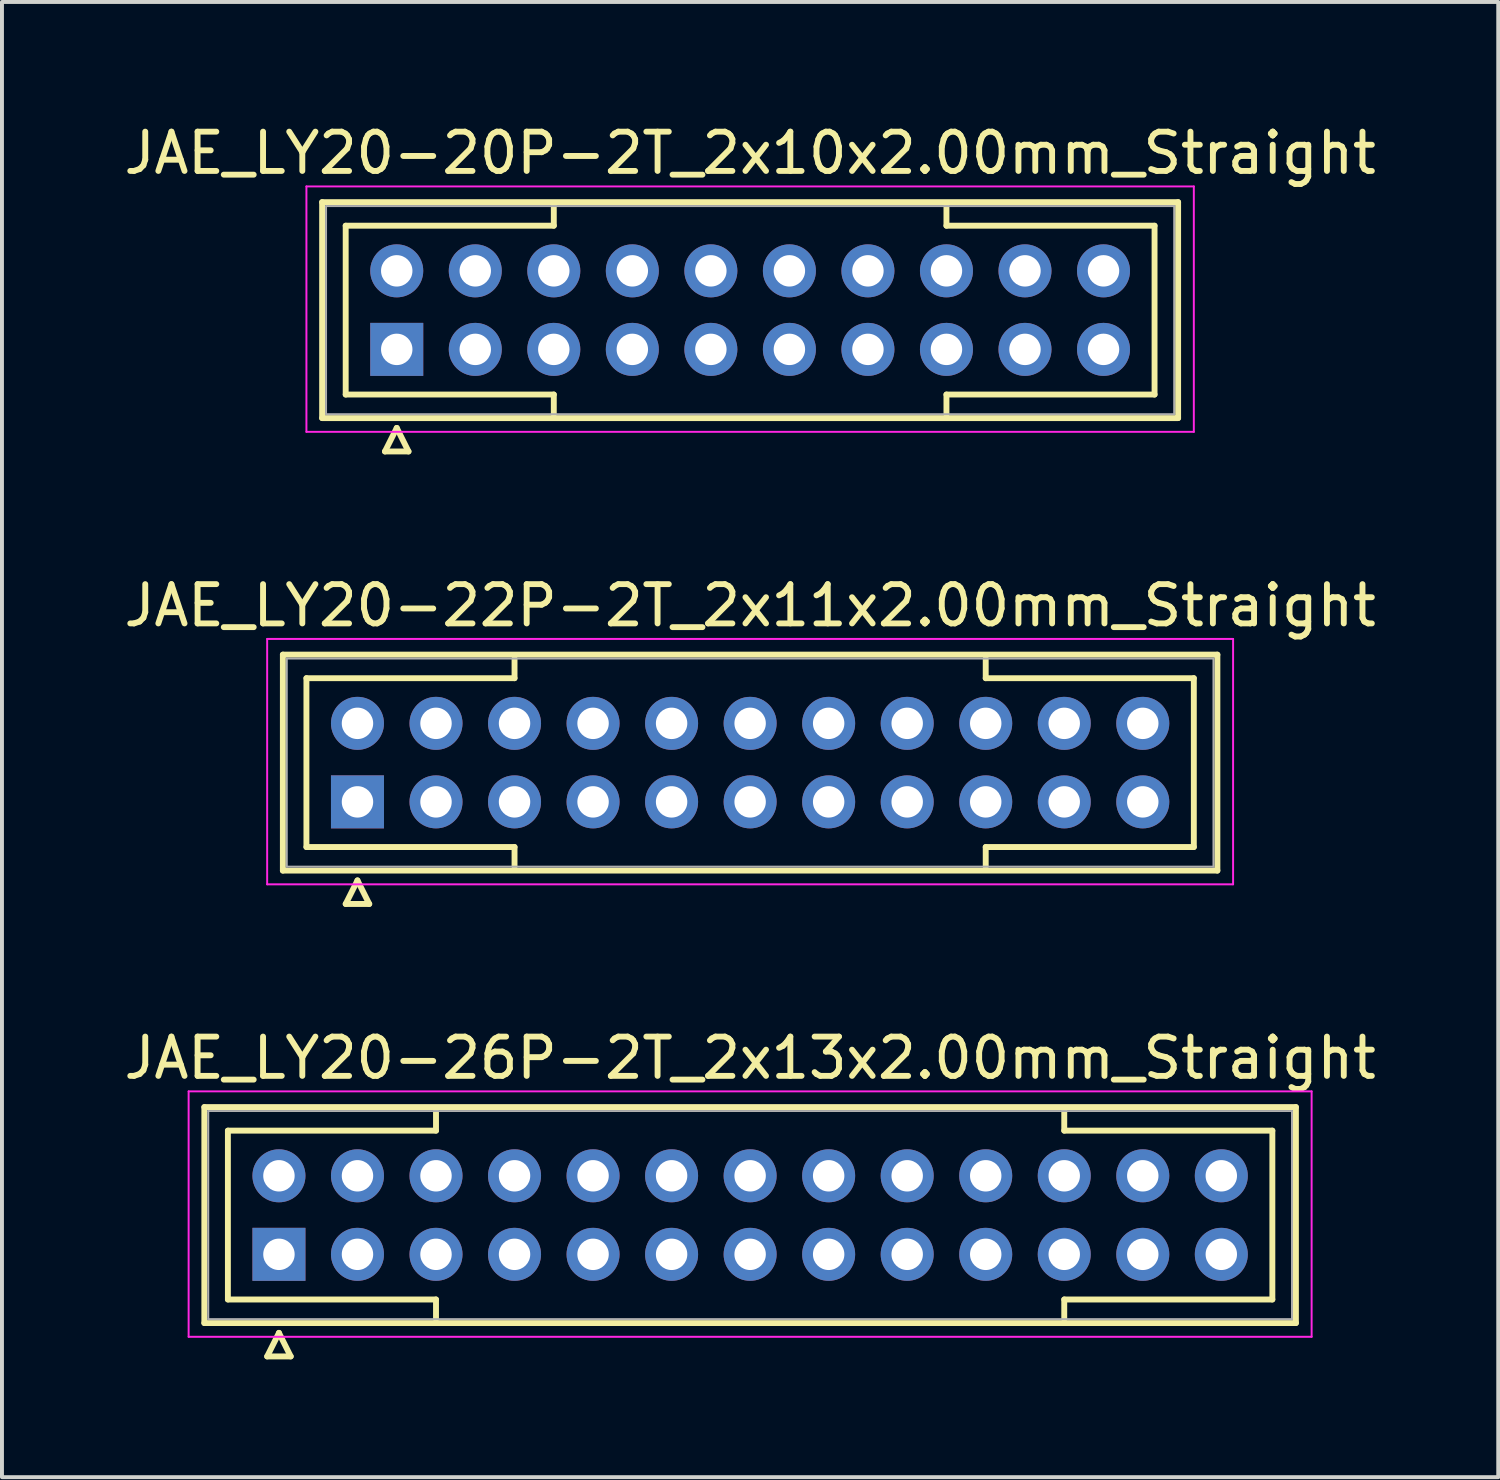
<source format=kicad_pcb>
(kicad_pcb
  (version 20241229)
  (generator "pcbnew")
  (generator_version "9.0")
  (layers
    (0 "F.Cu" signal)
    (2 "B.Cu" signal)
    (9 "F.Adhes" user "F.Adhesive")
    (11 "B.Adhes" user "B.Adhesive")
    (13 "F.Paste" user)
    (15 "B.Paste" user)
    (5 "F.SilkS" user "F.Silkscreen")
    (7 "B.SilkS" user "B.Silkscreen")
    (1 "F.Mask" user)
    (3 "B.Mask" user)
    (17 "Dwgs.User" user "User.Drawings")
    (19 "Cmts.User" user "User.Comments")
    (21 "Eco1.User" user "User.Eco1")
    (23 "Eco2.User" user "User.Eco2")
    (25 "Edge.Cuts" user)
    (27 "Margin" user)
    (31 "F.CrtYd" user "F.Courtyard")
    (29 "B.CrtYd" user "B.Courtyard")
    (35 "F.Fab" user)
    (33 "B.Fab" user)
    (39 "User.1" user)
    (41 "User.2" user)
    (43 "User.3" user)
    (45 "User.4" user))
  (footprint "JAE_LY20-20P-2T_2x10x2.00mm_Straight"
    (layer "F.Cu")
    (at 7.054 5.848)
    (property "Reference" "JAE_LY20-20P-2T_2x10x2.00mm_Straight" (at 9 -5 0) (layer "F.SilkS") (effects (font (size 1 1) (thickness 0.15))))
    (attr through_hole)
    (fp_line (start -1.9 -3.75) (end -1.9 1.75) (stroke (width 0.15) (type solid)) (layer "F.SilkS"))
    (fp_line (start -1.9 1.75) (end 19.9 1.75) (stroke (width 0.15) (type solid)) (layer "F.SilkS"))
    (fp_line (start -1.3 -3.15) (end 4 -3.15) (stroke (width 0.15) (type solid)) (layer "F.SilkS"))
    (fp_line (start -1.3 1.15) (end -1.3 -3.15) (stroke (width 0.15) (type solid)) (layer "F.SilkS"))
    (fp_line (start -0.3 2.6) (end 0.3 2.6) (stroke (width 0.15) (type solid)) (layer "F.SilkS"))
    (fp_line (start 0 2) (end -0.3 2.6) (stroke (width 0.15) (type solid)) (layer "F.SilkS"))
    (fp_line (start 0.3 2.6) (end 0 2) (stroke (width 0.15) (type solid)) (layer "F.SilkS"))
    (fp_line (start 4 -3.15) (end 4 -3.65) (stroke (width 0.15) (type solid)) (layer "F.SilkS"))
    (fp_line (start 4 1.15) (end -1.3 1.15) (stroke (width 0.15) (type solid)) (layer "F.SilkS"))
    (fp_line (start 4 1.65) (end 4 1.15) (stroke (width 0.15) (type solid)) (layer "F.SilkS"))
    (fp_line (start 14 -3.15) (end 14 -3.65) (stroke (width 0.15) (type solid)) (layer "F.SilkS"))
    (fp_line (start 14 1.15) (end 19.3 1.15) (stroke (width 0.15) (type solid)) (layer "F.SilkS"))
    (fp_line (start 14 1.65) (end 14 1.15) (stroke (width 0.15) (type solid)) (layer "F.SilkS"))
    (fp_line (start 19.3 -3.15) (end 14 -3.15) (stroke (width 0.15) (type solid)) (layer "F.SilkS"))
    (fp_line (start 19.3 1.15) (end 19.3 -3.15) (stroke (width 0.15) (type solid)) (layer "F.SilkS"))
    (fp_line (start 19.9 -3.75) (end -1.9 -3.75) (stroke (width 0.15) (type solid)) (layer "F.SilkS"))
    (fp_line (start 19.9 1.75) (end 19.9 -3.75) (stroke (width 0.15) (type solid)) (layer "F.SilkS"))
    (fp_line (start -2.3 -4.15) (end -2.3 2.1) (stroke (width 0.05) (type solid)) (layer "F.CrtYd"))
    (fp_line (start -2.3 2.1) (end 20.3 2.1) (stroke (width 0.05) (type solid)) (layer "F.CrtYd"))
    (fp_line (start 20.3 -4.15) (end -2.3 -4.15) (stroke (width 0.05) (type solid)) (layer "F.CrtYd"))
    (fp_line (start 20.3 2.1) (end 20.3 -4.15) (stroke (width 0.05) (type solid)) (layer "F.CrtYd"))
    (fp_line (start -1.8 -3.65) (end -1.8 1.65) (stroke (width 0.05) (type solid)) (layer "F.Fab"))
    (fp_line (start -1.8 1.65) (end 19.8 1.65) (stroke (width 0.05) (type solid)) (layer "F.Fab"))
    (fp_line (start 19.8 -3.65) (end -1.8 -3.65) (stroke (width 0.05) (type solid)) (layer "F.Fab"))
    (fp_line (start 19.8 1.65) (end 19.8 -3.65) (stroke (width 0.05) (type solid)) (layer "F.Fab"))
    (pad "1" thru_hole rect (at 0 0) (size 1.35 1.35) (drill 0.8) (layers "*.Cu" "*.Mask"))
    (pad "2" thru_hole circle (at 2 0) (size 1.35 1.35) (drill 0.8) (layers "*.Cu" "*.Mask"))
    (pad "3" thru_hole circle (at 4 0) (size 1.35 1.35) (drill 0.8) (layers "*.Cu" "*.Mask"))
    (pad "4" thru_hole circle (at 6 0) (size 1.35 1.35) (drill 0.8) (layers "*.Cu" "*.Mask"))
    (pad "5" thru_hole circle (at 8 0) (size 1.35 1.35) (drill 0.8) (layers "*.Cu" "*.Mask"))
    (pad "6" thru_hole circle (at 10 0) (size 1.35 1.35) (drill 0.8) (layers "*.Cu" "*.Mask"))
    (pad "7" thru_hole circle (at 12 0) (size 1.35 1.35) (drill 0.8) (layers "*.Cu" "*.Mask"))
    (pad "8" thru_hole circle (at 14 0) (size 1.35 1.35) (drill 0.8) (layers "*.Cu" "*.Mask"))
    (pad "9" thru_hole circle (at 16 0) (size 1.35 1.35) (drill 0.8) (layers "*.Cu" "*.Mask"))
    (pad "10" thru_hole circle (at 18 0) (size 1.35 1.35) (drill 0.8) (layers "*.Cu" "*.Mask"))
    (pad "11" thru_hole circle (at 0 -2) (size 1.35 1.35) (drill 0.8) (layers "*.Cu" "*.Mask"))
    (pad "12" thru_hole circle (at 2 -2) (size 1.35 1.35) (drill 0.8) (layers "*.Cu" "*.Mask"))
    (pad "13" thru_hole circle (at 4 -2) (size 1.35 1.35) (drill 0.8) (layers "*.Cu" "*.Mask"))
    (pad "14" thru_hole circle (at 6 -2) (size 1.35 1.35) (drill 0.8) (layers "*.Cu" "*.Mask"))
    (pad "15" thru_hole circle (at 8 -2) (size 1.35 1.35) (drill 0.8) (layers "*.Cu" "*.Mask"))
    (pad "16" thru_hole circle (at 10 -2) (size 1.35 1.35) (drill 0.8) (layers "*.Cu" "*.Mask"))
    (pad "17" thru_hole circle (at 12 -2) (size 1.35 1.35) (drill 0.8) (layers "*.Cu" "*.Mask"))
    (pad "18" thru_hole circle (at 14 -2) (size 1.35 1.35) (drill 0.8) (layers "*.Cu" "*.Mask"))
    (pad "19" thru_hole circle (at 16 -2) (size 1.35 1.35) (drill 0.8) (layers "*.Cu" "*.Mask"))
    (pad "20" thru_hole circle (at 18 -2) (size 1.35 1.35) (drill 0.8) (layers "*.Cu" "*.Mask")))
  (footprint "JAE_LY20-26P-2T_2x13x2.00mm_Straight"
    (layer "F.Cu")
    (at 4.054 28.895)
    (property "Reference" "JAE_LY20-26P-2T_2x13x2.00mm_Straight" (at 12 -5 0) (layer "F.SilkS") (effects (font (size 1 1) (thickness 0.15))))
    (attr through_hole)
    (fp_line (start -1.9 -3.75) (end -1.9 1.75) (stroke (width 0.15) (type solid)) (layer "F.SilkS"))
    (fp_line (start -1.9 1.75) (end 25.9 1.75) (stroke (width 0.15) (type solid)) (layer "F.SilkS"))
    (fp_line (start -1.3 -3.15) (end 4 -3.15) (stroke (width 0.15) (type solid)) (layer "F.SilkS"))
    (fp_line (start -1.3 1.15) (end -1.3 -3.15) (stroke (width 0.15) (type solid)) (layer "F.SilkS"))
    (fp_line (start -0.3 2.6) (end 0.3 2.6) (stroke (width 0.15) (type solid)) (layer "F.SilkS"))
    (fp_line (start 0 2) (end -0.3 2.6) (stroke (width 0.15) (type solid)) (layer "F.SilkS"))
    (fp_line (start 0.3 2.6) (end 0 2) (stroke (width 0.15) (type solid)) (layer "F.SilkS"))
    (fp_line (start 4 -3.15) (end 4 -3.65) (stroke (width 0.15) (type solid)) (layer "F.SilkS"))
    (fp_line (start 4 1.15) (end -1.3 1.15) (stroke (width 0.15) (type solid)) (layer "F.SilkS"))
    (fp_line (start 4 1.65) (end 4 1.15) (stroke (width 0.15) (type solid)) (layer "F.SilkS"))
    (fp_line (start 20 -3.15) (end 20 -3.65) (stroke (width 0.15) (type solid)) (layer "F.SilkS"))
    (fp_line (start 20 1.15) (end 25.3 1.15) (stroke (width 0.15) (type solid)) (layer "F.SilkS"))
    (fp_line (start 20 1.65) (end 20 1.15) (stroke (width 0.15) (type solid)) (layer "F.SilkS"))
    (fp_line (start 25.3 -3.15) (end 20 -3.15) (stroke (width 0.15) (type solid)) (layer "F.SilkS"))
    (fp_line (start 25.3 1.15) (end 25.3 -3.15) (stroke (width 0.15) (type solid)) (layer "F.SilkS"))
    (fp_line (start 25.9 -3.75) (end -1.9 -3.75) (stroke (width 0.15) (type solid)) (layer "F.SilkS"))
    (fp_line (start 25.9 1.75) (end 25.9 -3.75) (stroke (width 0.15) (type solid)) (layer "F.SilkS"))
    (fp_line (start -2.3 -4.15) (end -2.3 2.1) (stroke (width 0.05) (type solid)) (layer "F.CrtYd"))
    (fp_line (start -2.3 2.1) (end 26.3 2.1) (stroke (width 0.05) (type solid)) (layer "F.CrtYd"))
    (fp_line (start 26.3 -4.15) (end -2.3 -4.15) (stroke (width 0.05) (type solid)) (layer "F.CrtYd"))
    (fp_line (start 26.3 2.1) (end 26.3 -4.15) (stroke (width 0.05) (type solid)) (layer "F.CrtYd"))
    (fp_line (start -1.8 -3.65) (end -1.8 1.65) (stroke (width 0.05) (type solid)) (layer "F.Fab"))
    (fp_line (start -1.8 1.65) (end 25.8 1.65) (stroke (width 0.05) (type solid)) (layer "F.Fab"))
    (fp_line (start 25.8 -3.65) (end -1.8 -3.65) (stroke (width 0.05) (type solid)) (layer "F.Fab"))
    (fp_line (start 25.8 1.65) (end 25.8 -3.65) (stroke (width 0.05) (type solid)) (layer "F.Fab"))
    (pad "1" thru_hole rect (at 0 0) (size 1.35 1.35) (drill 0.8) (layers "*.Cu" "*.Mask"))
    (pad "2" thru_hole circle (at 2 0) (size 1.35 1.35) (drill 0.8) (layers "*.Cu" "*.Mask"))
    (pad "3" thru_hole circle (at 4 0) (size 1.35 1.35) (drill 0.8) (layers "*.Cu" "*.Mask"))
    (pad "4" thru_hole circle (at 6 0) (size 1.35 1.35) (drill 0.8) (layers "*.Cu" "*.Mask"))
    (pad "5" thru_hole circle (at 8 0) (size 1.35 1.35) (drill 0.8) (layers "*.Cu" "*.Mask"))
    (pad "6" thru_hole circle (at 10 0) (size 1.35 1.35) (drill 0.8) (layers "*.Cu" "*.Mask"))
    (pad "7" thru_hole circle (at 12 0) (size 1.35 1.35) (drill 0.8) (layers "*.Cu" "*.Mask"))
    (pad "8" thru_hole circle (at 14 0) (size 1.35 1.35) (drill 0.8) (layers "*.Cu" "*.Mask"))
    (pad "9" thru_hole circle (at 16 0) (size 1.35 1.35) (drill 0.8) (layers "*.Cu" "*.Mask"))
    (pad "10" thru_hole circle (at 18 0) (size 1.35 1.35) (drill 0.8) (layers "*.Cu" "*.Mask"))
    (pad "11" thru_hole circle (at 20 0) (size 1.35 1.35) (drill 0.8) (layers "*.Cu" "*.Mask"))
    (pad "12" thru_hole circle (at 22 0) (size 1.35 1.35) (drill 0.8) (layers "*.Cu" "*.Mask"))
    (pad "13" thru_hole circle (at 24 0) (size 1.35 1.35) (drill 0.8) (layers "*.Cu" "*.Mask"))
    (pad "14" thru_hole circle (at 0 -2) (size 1.35 1.35) (drill 0.8) (layers "*.Cu" "*.Mask"))
    (pad "15" thru_hole circle (at 2 -2) (size 1.35 1.35) (drill 0.8) (layers "*.Cu" "*.Mask"))
    (pad "16" thru_hole circle (at 4 -2) (size 1.35 1.35) (drill 0.8) (layers "*.Cu" "*.Mask"))
    (pad "17" thru_hole circle (at 6 -2) (size 1.35 1.35) (drill 0.8) (layers "*.Cu" "*.Mask"))
    (pad "18" thru_hole circle (at 8 -2) (size 1.35 1.35) (drill 0.8) (layers "*.Cu" "*.Mask"))
    (pad "19" thru_hole circle (at 10 -2) (size 1.35 1.35) (drill 0.8) (layers "*.Cu" "*.Mask"))
    (pad "20" thru_hole circle (at 12 -2) (size 1.35 1.35) (drill 0.8) (layers "*.Cu" "*.Mask"))
    (pad "21" thru_hole circle (at 14 -2) (size 1.35 1.35) (drill 0.8) (layers "*.Cu" "*.Mask"))
    (pad "22" thru_hole circle (at 16 -2) (size 1.35 1.35) (drill 0.8) (layers "*.Cu" "*.Mask"))
    (pad "23" thru_hole circle (at 18 -2) (size 1.35 1.35) (drill 0.8) (layers "*.Cu" "*.Mask"))
    (pad "24" thru_hole circle (at 20 -2) (size 1.35 1.35) (drill 0.8) (layers "*.Cu" "*.Mask"))
    (pad "25" thru_hole circle (at 22 -2) (size 1.35 1.35) (drill 0.8) (layers "*.Cu" "*.Mask"))
    (pad "26" thru_hole circle (at 24 -2) (size 1.35 1.35) (drill 0.8) (layers "*.Cu" "*.Mask")))
  (footprint "JAE_LY20-22P-2T_2x11x2.00mm_Straight"
    (layer "F.Cu")
    (at 6.054 17.372)
    (property "Reference" "JAE_LY20-22P-2T_2x11x2.00mm_Straight" (at 10 -5 0) (layer "F.SilkS") (effects (font (size 1 1) (thickness 0.15))))
    (attr through_hole)
    (fp_line (start -1.9 -3.75) (end -1.9 1.75) (stroke (width 0.15) (type solid)) (layer "F.SilkS"))
    (fp_line (start -1.9 1.75) (end 21.9 1.75) (stroke (width 0.15) (type solid)) (layer "F.SilkS"))
    (fp_line (start -1.3 -3.15) (end 4 -3.15) (stroke (width 0.15) (type solid)) (layer "F.SilkS"))
    (fp_line (start -1.3 1.15) (end -1.3 -3.15) (stroke (width 0.15) (type solid)) (layer "F.SilkS"))
    (fp_line (start -0.3 2.6) (end 0.3 2.6) (stroke (width 0.15) (type solid)) (layer "F.SilkS"))
    (fp_line (start 0 2) (end -0.3 2.6) (stroke (width 0.15) (type solid)) (layer "F.SilkS"))
    (fp_line (start 0.3 2.6) (end 0 2) (stroke (width 0.15) (type solid)) (layer "F.SilkS"))
    (fp_line (start 4 -3.15) (end 4 -3.65) (stroke (width 0.15) (type solid)) (layer "F.SilkS"))
    (fp_line (start 4 1.15) (end -1.3 1.15) (stroke (width 0.15) (type solid)) (layer "F.SilkS"))
    (fp_line (start 4 1.65) (end 4 1.15) (stroke (width 0.15) (type solid)) (layer "F.SilkS"))
    (fp_line (start 16 -3.15) (end 16 -3.65) (stroke (width 0.15) (type solid)) (layer "F.SilkS"))
    (fp_line (start 16 1.15) (end 21.3 1.15) (stroke (width 0.15) (type solid)) (layer "F.SilkS"))
    (fp_line (start 16 1.65) (end 16 1.15) (stroke (width 0.15) (type solid)) (layer "F.SilkS"))
    (fp_line (start 21.3 -3.15) (end 16 -3.15) (stroke (width 0.15) (type solid)) (layer "F.SilkS"))
    (fp_line (start 21.3 1.15) (end 21.3 -3.15) (stroke (width 0.15) (type solid)) (layer "F.SilkS"))
    (fp_line (start 21.9 -3.75) (end -1.9 -3.75) (stroke (width 0.15) (type solid)) (layer "F.SilkS"))
    (fp_line (start 21.9 1.75) (end 21.9 -3.75) (stroke (width 0.15) (type solid)) (layer "F.SilkS"))
    (fp_line (start -2.3 -4.15) (end -2.3 2.1) (stroke (width 0.05) (type solid)) (layer "F.CrtYd"))
    (fp_line (start -2.3 2.1) (end 22.3 2.1) (stroke (width 0.05) (type solid)) (layer "F.CrtYd"))
    (fp_line (start 22.3 -4.15) (end -2.3 -4.15) (stroke (width 0.05) (type solid)) (layer "F.CrtYd"))
    (fp_line (start 22.3 2.1) (end 22.3 -4.15) (stroke (width 0.05) (type solid)) (layer "F.CrtYd"))
    (fp_line (start -1.8 -3.65) (end -1.8 1.65) (stroke (width 0.05) (type solid)) (layer "F.Fab"))
    (fp_line (start -1.8 1.65) (end 21.8 1.65) (stroke (width 0.05) (type solid)) (layer "F.Fab"))
    (fp_line (start 21.8 -3.65) (end -1.8 -3.65) (stroke (width 0.05) (type solid)) (layer "F.Fab"))
    (fp_line (start 21.8 1.65) (end 21.8 -3.65) (stroke (width 0.05) (type solid)) (layer "F.Fab"))
    (pad "1" thru_hole rect (at 0 0) (size 1.35 1.35) (drill 0.8) (layers "*.Cu" "*.Mask"))
    (pad "2" thru_hole circle (at 2 0) (size 1.35 1.35) (drill 0.8) (layers "*.Cu" "*.Mask"))
    (pad "3" thru_hole circle (at 4 0) (size 1.35 1.35) (drill 0.8) (layers "*.Cu" "*.Mask"))
    (pad "4" thru_hole circle (at 6 0) (size 1.35 1.35) (drill 0.8) (layers "*.Cu" "*.Mask"))
    (pad "5" thru_hole circle (at 8 0) (size 1.35 1.35) (drill 0.8) (layers "*.Cu" "*.Mask"))
    (pad "6" thru_hole circle (at 10 0) (size 1.35 1.35) (drill 0.8) (layers "*.Cu" "*.Mask"))
    (pad "7" thru_hole circle (at 12 0) (size 1.35 1.35) (drill 0.8) (layers "*.Cu" "*.Mask"))
    (pad "8" thru_hole circle (at 14 0) (size 1.35 1.35) (drill 0.8) (layers "*.Cu" "*.Mask"))
    (pad "9" thru_hole circle (at 16 0) (size 1.35 1.35) (drill 0.8) (layers "*.Cu" "*.Mask"))
    (pad "10" thru_hole circle (at 18 0) (size 1.35 1.35) (drill 0.8) (layers "*.Cu" "*.Mask"))
    (pad "11" thru_hole circle (at 20 0) (size 1.35 1.35) (drill 0.8) (layers "*.Cu" "*.Mask"))
    (pad "12" thru_hole circle (at 0 -2) (size 1.35 1.35) (drill 0.8) (layers "*.Cu" "*.Mask"))
    (pad "13" thru_hole circle (at 2 -2) (size 1.35 1.35) (drill 0.8) (layers "*.Cu" "*.Mask"))
    (pad "14" thru_hole circle (at 4 -2) (size 1.35 1.35) (drill 0.8) (layers "*.Cu" "*.Mask"))
    (pad "15" thru_hole circle (at 6 -2) (size 1.35 1.35) (drill 0.8) (layers "*.Cu" "*.Mask"))
    (pad "16" thru_hole circle (at 8 -2) (size 1.35 1.35) (drill 0.8) (layers "*.Cu" "*.Mask"))
    (pad "17" thru_hole circle (at 10 -2) (size 1.35 1.35) (drill 0.8) (layers "*.Cu" "*.Mask"))
    (pad "18" thru_hole circle (at 12 -2) (size 1.35 1.35) (drill 0.8) (layers "*.Cu" "*.Mask"))
    (pad "19" thru_hole circle (at 14 -2) (size 1.35 1.35) (drill 0.8) (layers "*.Cu" "*.Mask"))
    (pad "20" thru_hole circle (at 16 -2) (size 1.35 1.35) (drill 0.8) (layers "*.Cu" "*.Mask"))
    (pad "21" thru_hole circle (at 18 -2) (size 1.35 1.35) (drill 0.8) (layers "*.Cu" "*.Mask"))
    (pad "22" thru_hole circle (at 20 -2) (size 1.35 1.35) (drill 0.8) (layers "*.Cu" "*.Mask")))
  (gr_rect
    (start -3 -3)
    (end 35.107 34.57)
    (stroke (width 0.1) (type default))
    (fill no)
    (layer "Edge.Cuts")))
</source>
